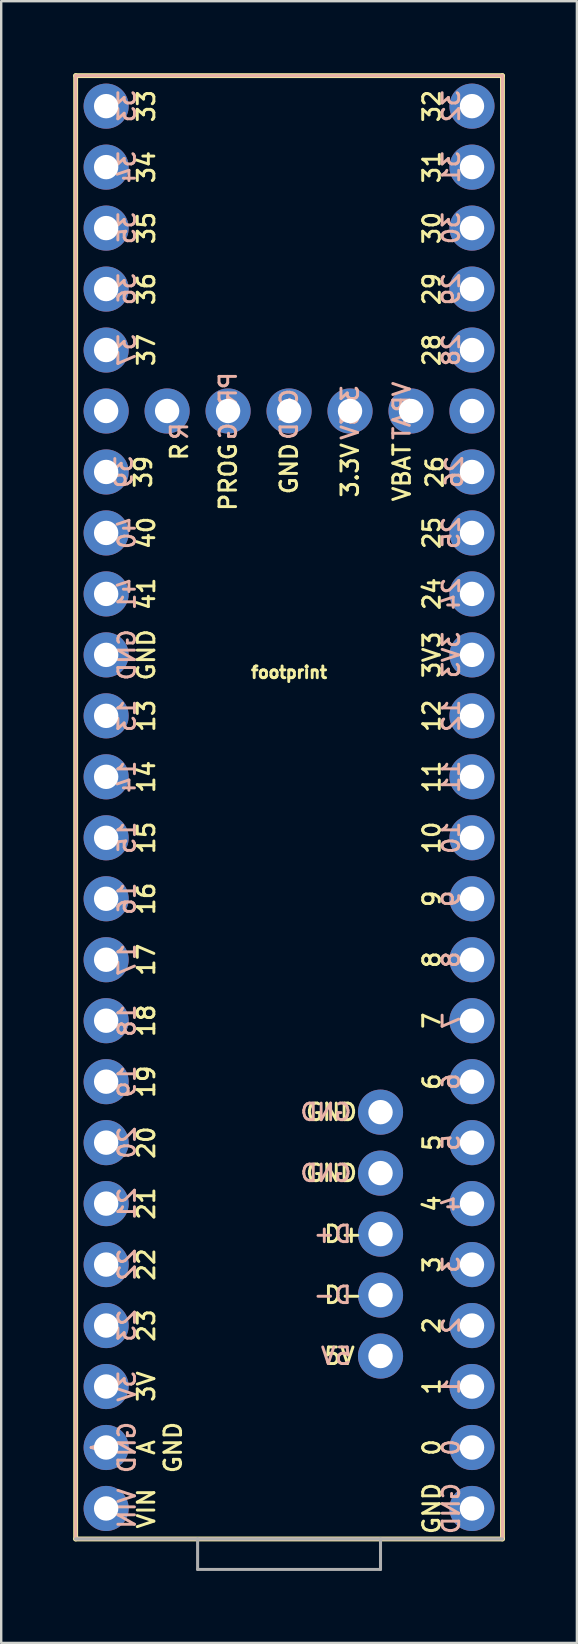
<source format=kicad_pcb>
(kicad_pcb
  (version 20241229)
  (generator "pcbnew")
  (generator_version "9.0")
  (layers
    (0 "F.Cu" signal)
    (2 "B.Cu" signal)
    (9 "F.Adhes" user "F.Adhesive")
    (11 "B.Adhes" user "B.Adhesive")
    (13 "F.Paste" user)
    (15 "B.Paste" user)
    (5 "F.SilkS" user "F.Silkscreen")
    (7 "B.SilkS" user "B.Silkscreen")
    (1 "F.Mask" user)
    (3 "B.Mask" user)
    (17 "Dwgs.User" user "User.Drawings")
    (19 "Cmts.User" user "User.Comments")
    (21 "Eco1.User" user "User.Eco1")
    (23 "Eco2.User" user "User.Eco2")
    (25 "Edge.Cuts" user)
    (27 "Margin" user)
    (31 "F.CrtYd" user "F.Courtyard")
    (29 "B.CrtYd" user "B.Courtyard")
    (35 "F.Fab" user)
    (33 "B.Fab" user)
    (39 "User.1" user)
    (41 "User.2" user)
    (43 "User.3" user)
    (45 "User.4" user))
  (footprint "footprint"
    (layer "F.Cu")
    (at 8.992 43.282)
    (property "Reference" "footprint" (at 0 -18.034 0) (layer "F.SilkS") (effects (font (size 0.488 0.488) (thickness 0.122)) (justify bottom)))
    (fp_line (start -8.89 -43.18) (end 8.89 -43.18) (stroke (width 0.203) (type solid)) (layer "F.SilkS"))
    (fp_line (start -8.89 17.78) (end -8.89 -43.18) (stroke (width 0.203) (type solid)) (layer "F.SilkS"))
    (fp_line (start 8.89 -43.18) (end 8.89 17.78) (stroke (width 0.203) (type solid)) (layer "F.SilkS"))
    (fp_line (start 8.89 17.78) (end -8.89 17.78) (stroke (width 0.203) (type solid)) (layer "F.SilkS"))
    (fp_line (start -8.89 -43.18) (end 8.89 -43.18) (stroke (width 0.127) (type solid)) (layer "B.SilkS"))
    (fp_line (start -8.89 17.78) (end -8.89 -43.18) (stroke (width 0.127) (type solid)) (layer "B.SilkS"))
    (fp_line (start 8.89 -43.18) (end 8.89 17.78) (stroke (width 0.127) (type solid)) (layer "B.SilkS"))
    (fp_line (start 8.89 17.78) (end -8.89 17.78) (stroke (width 0.127) (type solid)) (layer "B.SilkS"))
    (fp_line (start -3.81 17.78) (end -8.89 17.78) (stroke (width 0.127) (type solid)) (layer "F.Fab"))
    (fp_line (start -3.81 19.05) (end -3.81 17.78) (stroke (width 0.127) (type solid)) (layer "F.Fab"))
    (fp_line (start -3.81 19.05) (end 3.81 19.05) (stroke (width 0.127) (type solid)) (layer "F.Fab"))
    (fp_line (start 3.81 17.78) (end -3.81 17.78) (stroke (width 0.127) (type solid)) (layer "F.Fab"))
    (fp_line (start 3.81 19.05) (end 3.81 17.78) (stroke (width 0.127) (type solid)) (layer "F.Fab"))
    (fp_line (start 8.89 17.78) (end 3.81 17.78) (stroke (width 0.127) (type solid)) (layer "F.Fab"))
    (fp_text user "GND" (at 6.35 16.51 90) (layer "F.SilkS") (effects (font (size 0.691 0.691) (thickness 0.122)) (justify bottom)))
    (fp_text user "GND" (at -6.35 -19.05 90) (layer "F.SilkS") (effects (font (size 0.691 0.691) (thickness 0.122)) (justify top)))
    (fp_text user "3V" (at -6.35 11.43 90) (layer "F.SilkS") (effects (font (size 0.691 0.691) (thickness 0.122)) (justify top)))
    (fp_text user "9" (at 6.35 -8.89 90) (layer "F.SilkS") (effects (font (size 0.691 0.691) (thickness 0.122)) (justify bottom)))
    (fp_text user "32" (at 6.35 -41.91 90) (layer "F.SilkS") (effects (font (size 0.691 0.691) (thickness 0.122)) (justify bottom)))
    (fp_text user "R" (at -4.572 -27.94 90) (layer "F.SilkS") (effects (font (size 0.691 0.691) (thickness 0.122)) (justify right)))
    (fp_text user "GND" (at 0.635 0 0) (layer "F.SilkS") (effects (font (size 0.691 0.691) (thickness 0.122)) (justify left)))
    (fp_text user "24" (at 6.35 -21.59 90) (layer "F.SilkS") (effects (font (size 0.691 0.691) (thickness 0.122)) (justify bottom)))
    (fp_text user "2" (at 6.35 8.89 90) (layer "F.SilkS") (effects (font (size 0.691 0.691) (thickness 0.122)) (justify bottom)))
    (fp_text user "7" (at 6.35 -3.81 90) (layer "F.SilkS") (effects (font (size 0.691 0.691) (thickness 0.122)) (justify bottom)))
    (fp_text user "PROG" (at -2.54 -27.94 90) (layer "F.SilkS") (effects (font (size 0.691 0.691) (thickness 0.122)) (justify right)))
    (fp_text user "10" (at 6.35 -11.43 90) (layer "F.SilkS") (effects (font (size 0.691 0.691) (thickness 0.122)) (justify bottom)))
    (fp_text user "33" (at -6.35 -41.91 90) (layer "F.SilkS") (effects (font (size 0.691 0.691) (thickness 0.122)) (justify top)))
    (fp_text user "14" (at -6.35 -13.97 90) (layer "F.SilkS") (effects (font (size 0.691 0.691) (thickness 0.122)) (justify top)))
    (fp_text user "11" (at 6.35 -13.97 90) (layer "F.SilkS") (effects (font (size 0.691 0.691) (thickness 0.122)) (justify bottom)))
    (fp_text user "26" (at 6.477 -26.67 90) (layer "F.SilkS") (effects (font (size 0.691 0.691) (thickness 0.122)) (justify bottom)))
    (fp_text user "19" (at -6.35 -1.27 90) (layer "F.SilkS") (effects (font (size 0.691 0.691) (thickness 0.122)) (justify top)))
    (fp_text user "VBAT" (at 4.699 -27.94 90) (layer "F.SilkS") (effects (font (size 0.691 0.691) (thickness 0.122)) (justify right)))
    (fp_text user "GND" (at 0.635 2.54 0) (layer "F.SilkS") (effects (font (size 0.691 0.691) (thickness 0.122)) (justify left)))
    (fp_text user "8" (at 6.35 -6.35 90) (layer "F.SilkS") (effects (font (size 0.691 0.691) (thickness 0.122)) (justify bottom)))
    (fp_text user "13" (at -6.35 -16.51 90) (layer "F.SilkS") (effects (font (size 0.691 0.691) (thickness 0.122)) (justify top)))
    (fp_text user "37" (at -6.35 -31.75 90) (layer "F.SilkS") (effects (font (size 0.691 0.691) (thickness 0.122)) (justify top)))
    (fp_text user "35" (at -6.35 -36.83 90) (layer "F.SilkS") (effects (font (size 0.691 0.691) (thickness 0.122)) (justify top)))
    (fp_text user "36" (at -6.35 -34.29 90) (layer "F.SilkS") (effects (font (size 0.691 0.691) (thickness 0.122)) (justify top)))
    (fp_text user "D-" (at 1.397 7.62 0) (layer "F.SilkS") (effects (font (size 0.691 0.691) (thickness 0.122)) (justify left)))
    (fp_text user "VIN" (at -6.35 16.51 90) (layer "F.SilkS") (effects (font (size 0.691 0.691) (thickness 0.122)) (justify top)))
    (fp_text user "17" (at -6.35 -6.35 90) (layer "F.SilkS") (effects (font (size 0.691 0.691) (thickness 0.122)) (justify top)))
    (fp_text user "20" (at -6.35 1.27 90) (layer "F.SilkS") (effects (font (size 0.691 0.691) (thickness 0.122)) (justify top)))
    (fp_text user "A\nGND" (at -6.35 13.97 90) (layer "F.SilkS") (effects (font (size 0.691 0.691) (thickness 0.122)) (justify top)))
    (fp_text user "GND" (at 0 -27.94 90) (layer "F.SilkS") (effects (font (size 0.691 0.691) (thickness 0.122)) (justify right)))
    (fp_text user "D+" (at 1.397 5.08 0) (layer "F.SilkS") (effects (font (size 0.691 0.691) (thickness 0.122)) (justify left)))
    (fp_text user "15" (at -6.35 -11.43 90) (layer "F.SilkS") (effects (font (size 0.691 0.691) (thickness 0.122)) (justify top)))
    (fp_text user "18" (at -6.35 -3.81 90) (layer "F.SilkS") (effects (font (size 0.691 0.691) (thickness 0.122)) (justify top)))
    (fp_text user "28" (at 6.35 -31.75 90) (layer "F.SilkS") (effects (font (size 0.691 0.691) (thickness 0.122)) (justify bottom)))
    (fp_text user "40" (at -6.35 -24.13 90) (layer "F.SilkS") (effects (font (size 0.691 0.691) (thickness 0.122)) (justify top)))
    (fp_text user "3" (at 6.35 6.35 90) (layer "F.SilkS") (effects (font (size 0.691 0.691) (thickness 0.122)) (justify bottom)))
    (fp_text user "3V3" (at 6.35 -19.05 90) (layer "F.SilkS") (effects (font (size 0.691 0.691) (thickness 0.122)) (justify bottom)))
    (fp_text user "12" (at 6.35 -16.51 90) (layer "F.SilkS") (effects (font (size 0.691 0.691) (thickness 0.122)) (justify bottom)))
    (fp_text user "39" (at -6.477 -26.67 90) (layer "F.SilkS") (effects (font (size 0.691 0.691) (thickness 0.122)) (justify top)))
    (fp_text user "6" (at 6.35 -1.27 90) (layer "F.SilkS") (effects (font (size 0.691 0.691) (thickness 0.122)) (justify bottom)))
    (fp_text user "30" (at 6.35 -36.83 90) (layer "F.SilkS") (effects (font (size 0.691 0.691) (thickness 0.122)) (justify bottom)))
    (fp_text user "5V" (at 1.397 10.16 0) (layer "F.SilkS") (effects (font (size 0.691 0.691) (thickness 0.122)) (justify left)))
    (fp_text user "23" (at -6.35 8.89 90) (layer "F.SilkS") (effects (font (size 0.691 0.691) (thickness 0.122)) (justify top)))
    (fp_text user "1" (at 6.35 11.43 90) (layer "F.SilkS") (effects (font (size 0.691 0.691) (thickness 0.122)) (justify bottom)))
    (fp_text user "22" (at -6.35 6.35 90) (layer "F.SilkS") (effects (font (size 0.691 0.691) (thickness 0.122)) (justify top)))
    (fp_text user "29" (at 6.35 -34.29 90) (layer "F.SilkS") (effects (font (size 0.691 0.691) (thickness 0.122)) (justify bottom)))
    (fp_text user "21" (at -6.35 3.81 90) (layer "F.SilkS") (effects (font (size 0.691 0.691) (thickness 0.122)) (justify top)))
    (fp_text user "4" (at 6.35 3.81 90) (layer "F.SilkS") (effects (font (size 0.691 0.691) (thickness 0.122)) (justify bottom)))
    (fp_text user "5" (at 6.35 1.27 90) (layer "F.SilkS") (effects (font (size 0.691 0.691) (thickness 0.122)) (justify bottom)))
    (fp_text user "3.3V" (at 2.54 -27.94 90) (layer "F.SilkS") (effects (font (size 0.691 0.691) (thickness 0.122)) (justify right)))
    (fp_text user "0" (at 6.35 13.97 90) (layer "F.SilkS") (effects (font (size 0.691 0.691) (thickness 0.122)) (justify bottom)))
    (fp_text user "16" (at -6.35 -8.89 90) (layer "F.SilkS") (effects (font (size 0.691 0.691) (thickness 0.122)) (justify top)))
    (fp_text user "31" (at 6.35 -39.37 90) (layer "F.SilkS") (effects (font (size 0.691 0.691) (thickness 0.122)) (justify bottom)))
    (fp_text user "25" (at 6.35 -24.13 90) (layer "F.SilkS") (effects (font (size 0.691 0.691) (thickness 0.122)) (justify bottom)))
    (fp_text user "34" (at -6.35 -39.37 90) (layer "F.SilkS") (effects (font (size 0.691 0.691) (thickness 0.122)) (justify top)))
    (fp_text user "41" (at -6.35 -21.59 90) (layer "F.SilkS") (effects (font (size 0.691 0.691) (thickness 0.122)) (justify top)))
    (fp_text user "36" (at -6.35 -34.29 270) (layer "B.SilkS") (effects (font (size 0.691 0.691) (thickness 0.122)) (justify bottom mirror)))
    (fp_text user "5" (at 6.35 1.27 270) (layer "B.SilkS") (effects (font (size 0.691 0.691) (thickness 0.122)) (justify top mirror)))
    (fp_text user "3" (at 6.35 6.35 270) (layer "B.SilkS") (effects (font (size 0.691 0.691) (thickness 0.122)) (justify top mirror)))
    (fp_text user "18" (at -6.35 -3.81 270) (layer "B.SilkS") (effects (font (size 0.691 0.691) (thickness 0.122)) (justify bottom mirror)))
    (fp_text user "10" (at 6.35 -11.43 270) (layer "B.SilkS") (effects (font (size 0.691 0.691) (thickness 0.122)) (justify top mirror)))
    (fp_text user "GND" (at 0 -27.94 270) (layer "B.SilkS") (effects (font (size 0.691 0.691) (thickness 0.122)) (justify right mirror)))
    (fp_text user "PROG" (at -2.54 -27.94 270) (layer "B.SilkS") (effects (font (size 0.691 0.691) (thickness 0.122)) (justify right mirror)))
    (fp_text user "4" (at 6.35 3.81 270) (layer "B.SilkS") (effects (font (size 0.691 0.691) (thickness 0.122)) (justify top mirror)))
    (fp_text user "3V3" (at 6.35 -19.05 270) (layer "B.SilkS") (effects (font (size 0.691 0.691) (thickness 0.122)) (justify top mirror)))
    (fp_text user "6" (at 6.35 -1.27 270) (layer "B.SilkS") (effects (font (size 0.691 0.691) (thickness 0.122)) (justify top mirror)))
    (fp_text user "26" (at 6.477 -26.67 270) (layer "B.SilkS") (effects (font (size 0.691 0.691) (thickness 0.122)) (justify top mirror)))
    (fp_text user "17" (at -6.35 -6.35 270) (layer "B.SilkS") (effects (font (size 0.691 0.691) (thickness 0.122)) (justify bottom mirror)))
    (fp_text user "31" (at 6.35 -39.37 270) (layer "B.SilkS") (effects (font (size 0.691 0.691) (thickness 0.122)) (justify top mirror)))
    (fp_text user "37" (at -6.35 -31.75 270) (layer "B.SilkS") (effects (font (size 0.691 0.691) (thickness 0.122)) (justify bottom mirror)))
    (fp_text user "14" (at -6.35 -13.97 270) (layer "B.SilkS") (effects (font (size 0.691 0.691) (thickness 0.122)) (justify bottom mirror)))
    (fp_text user "40" (at -6.35 -24.13 270) (layer "B.SilkS") (effects (font (size 0.691 0.691) (thickness 0.122)) (justify bottom mirror)))
    (fp_text user "13" (at -6.35 -16.51 270) (layer "B.SilkS") (effects (font (size 0.691 0.691) (thickness 0.122)) (justify bottom mirror)))
    (fp_text user "19" (at -6.35 -1.27 270) (layer "B.SilkS") (effects (font (size 0.691 0.691) (thickness 0.122)) (justify bottom mirror)))
    (fp_text user "3.3V" (at 2.54 -27.94 270) (layer "B.SilkS") (effects (font (size 0.691 0.691) (thickness 0.122)) (justify right mirror)))
    (fp_text user "3V" (at -6.35 11.43 270) (layer "B.SilkS") (effects (font (size 0.691 0.691) (thickness 0.122)) (justify bottom mirror)))
    (fp_text user "28" (at 6.35 -31.75 270) (layer "B.SilkS") (effects (font (size 0.691 0.691) (thickness 0.122)) (justify top mirror)))
    (fp_text user "32" (at 6.35 -41.91 270) (layer "B.SilkS") (effects (font (size 0.691 0.691) (thickness 0.122)) (justify top mirror)))
    (fp_text user "A\nGND" (at -6.35 13.97 270) (layer "B.SilkS") (effects (font (size 0.691 0.691) (thickness 0.122)) (justify bottom mirror)))
    (fp_text user "GND" (at 2.667 2.54 0) (layer "B.SilkS") (effects (font (size 0.691 0.691) (thickness 0.122)) (justify left mirror)))
    (fp_text user "1" (at 6.35 11.43 270) (layer "B.SilkS") (effects (font (size 0.691 0.691) (thickness 0.122)) (justify top mirror)))
    (fp_text user "R" (at -4.572 -27.94 270) (layer "B.SilkS") (effects (font (size 0.691 0.691) (thickness 0.122)) (justify right mirror)))
    (fp_text user "7" (at 6.35 -3.81 270) (layer "B.SilkS") (effects (font (size 0.691 0.691) (thickness 0.122)) (justify top mirror)))
    (fp_text user "15" (at -6.35 -11.43 270) (layer "B.SilkS") (effects (font (size 0.691 0.691) (thickness 0.122)) (justify bottom mirror)))
    (fp_text user "5V" (at 2.667 10.16 0) (layer "B.SilkS") (effects (font (size 0.691 0.691) (thickness 0.122)) (justify left mirror)))
    (fp_text user "D+" (at 2.667 5.08 0) (layer "B.SilkS") (effects (font (size 0.691 0.691) (thickness 0.122)) (justify left mirror)))
    (fp_text user "VIN" (at -6.35 16.51 270) (layer "B.SilkS") (effects (font (size 0.691 0.691) (thickness 0.122)) (justify bottom mirror)))
    (fp_text user "D-" (at 2.667 7.62 0) (layer "B.SilkS") (effects (font (size 0.691 0.691) (thickness 0.122)) (justify left mirror)))
    (fp_text user "22" (at -6.35 6.35 270) (layer "B.SilkS") (effects (font (size 0.691 0.691) (thickness 0.122)) (justify bottom mirror)))
    (fp_text user "21" (at -6.35 3.81 270) (layer "B.SilkS") (effects (font (size 0.691 0.691) (thickness 0.122)) (justify bottom mirror)))
    (fp_text user "GND" (at -6.35 -19.05 270) (layer "B.SilkS") (effects (font (size 0.691 0.691) (thickness 0.122)) (justify bottom mirror)))
    (fp_text user "GND" (at 2.667 0 0) (layer "B.SilkS") (effects (font (size 0.691 0.691) (thickness 0.122)) (justify left mirror)))
    (fp_text user "11" (at 6.35 -13.97 270) (layer "B.SilkS") (effects (font (size 0.691 0.691) (thickness 0.122)) (justify top mirror)))
    (fp_text user "35" (at -6.35 -36.83 270) (layer "B.SilkS") (effects (font (size 0.691 0.691) (thickness 0.122)) (justify bottom mirror)))
    (fp_text user "39" (at -6.477 -26.67 270) (layer "B.SilkS") (effects (font (size 0.691 0.691) (thickness 0.122)) (justify bottom mirror)))
    (fp_text user "20" (at -6.35 1.27 270) (layer "B.SilkS") (effects (font (size 0.691 0.691) (thickness 0.122)) (justify bottom mirror)))
    (fp_text user "16" (at -6.35 -8.89 270) (layer "B.SilkS") (effects (font (size 0.691 0.691) (thickness 0.122)) (justify bottom mirror)))
    (fp_text user "41" (at -6.35 -21.59 270) (layer "B.SilkS") (effects (font (size 0.691 0.691) (thickness 0.122)) (justify bottom mirror)))
    (fp_text user "24" (at 6.35 -21.59 270) (layer "B.SilkS") (effects (font (size 0.691 0.691) (thickness 0.122)) (justify top mirror)))
    (fp_text user "25" (at 6.35 -24.13 270) (layer "B.SilkS") (effects (font (size 0.691 0.691) (thickness 0.122)) (justify top mirror)))
    (fp_text user "8" (at 6.35 -6.35 270) (layer "B.SilkS") (effects (font (size 0.691 0.691) (thickness 0.122)) (justify top mirror)))
    (fp_text user "2" (at 6.35 8.89 270) (layer "B.SilkS") (effects (font (size 0.691 0.691) (thickness 0.122)) (justify top mirror)))
    (fp_text user "GND" (at 6.35 16.51 270) (layer "B.SilkS") (effects (font (size 0.691 0.691) (thickness 0.122)) (justify top mirror)))
    (fp_text user "VBAT" (at 4.699 -27.94 270) (layer "B.SilkS") (effects (font (size 0.691 0.691) (thickness 0.122)) (justify right mirror)))
    (fp_text user "34" (at -6.35 -39.37 270) (layer "B.SilkS") (effects (font (size 0.691 0.691) (thickness 0.122)) (justify bottom mirror)))
    (fp_text user "0" (at 6.35 13.97 270) (layer "B.SilkS") (effects (font (size 0.691 0.691) (thickness 0.122)) (justify top mirror)))
    (fp_text user "12" (at 6.35 -16.51 270) (layer "B.SilkS") (effects (font (size 0.691 0.691) (thickness 0.122)) (justify top mirror)))
    (fp_text user "9" (at 6.35 -8.89 270) (layer "B.SilkS") (effects (font (size 0.691 0.691) (thickness 0.122)) (justify top mirror)))
    (fp_text user "29" (at 6.35 -34.29 270) (layer "B.SilkS") (effects (font (size 0.691 0.691) (thickness 0.122)) (justify top mirror)))
    (fp_text user "30" (at 6.35 -36.83 270) (layer "B.SilkS") (effects (font (size 0.691 0.691) (thickness 0.122)) (justify top mirror)))
    (fp_text user "33" (at -6.35 -41.91 270) (layer "B.SilkS") (effects (font (size 0.691 0.691) (thickness 0.122)) (justify bottom mirror)))
    (fp_text user "23" (at -6.35 8.89 270) (layer "B.SilkS") (effects (font (size 0.691 0.691) (thickness 0.122)) (justify bottom mirror)))
    (pad "0" thru_hole circle (at 7.62 13.97) (size 1.88 1.88) (drill 1.016) (layers "*.Cu" "*.Mask"))
    (pad "1" thru_hole circle (at 7.62 11.43) (size 1.88 1.88) (drill 1.016) (layers "*.Cu" "*.Mask"))
    (pad "2" thru_hole circle (at 7.62 8.89) (size 1.88 1.88) (drill 1.016) (layers "*.Cu" "*.Mask"))
    (pad "3" thru_hole circle (at 7.62 6.35) (size 1.88 1.88) (drill 1.016) (layers "*.Cu" "*.Mask"))
    (pad "3.3V@1" thru_hole circle (at 7.62 -19.05) (size 1.88 1.88) (drill 1.016) (layers "*.Cu" "*.Mask"))
    (pad "3.3V@2" thru_hole circle (at 2.54 -29.21) (size 1.88 1.88) (drill 1.016) (layers "*.Cu" "*.Mask"))
    (pad "3V" thru_hole circle (at -7.62 11.43) (size 1.88 1.88) (drill 1.016) (layers "*.Cu" "*.Mask"))
    (pad "4" thru_hole circle (at 7.62 3.81) (size 1.88 1.88) (drill 1.016) (layers "*.Cu" "*.Mask"))
    (pad "5" thru_hole circle (at 7.62 1.27) (size 1.88 1.88) (drill 1.016) (layers "*.Cu" "*.Mask"))
    (pad "5V" thru_hole circle (at 3.81 10.16) (size 1.88 1.88) (drill 1.016) (layers "*.Cu" "*.Mask"))
    (pad "6" thru_hole circle (at 7.62 -1.27) (size 1.88 1.88) (drill 1.016) (layers "*.Cu" "*.Mask"))
    (pad "7" thru_hole circle (at 7.62 -3.81) (size 1.88 1.88) (drill 1.016) (layers "*.Cu" "*.Mask"))
    (pad "8" thru_hole circle (at 7.62 -6.35) (size 1.88 1.88) (drill 1.016) (layers "*.Cu" "*.Mask"))
    (pad "9" thru_hole circle (at 7.62 -8.89) (size 1.88 1.88) (drill 1.016) (layers "*.Cu" "*.Mask"))
    (pad "10" thru_hole circle (at 7.62 -11.43) (size 1.88 1.88) (drill 1.016) (layers "*.Cu" "*.Mask"))
    (pad "11" thru_hole circle (at 7.62 -13.97) (size 1.88 1.88) (drill 1.016) (layers "*.Cu" "*.Mask"))
    (pad "12" thru_hole circle (at 7.62 -16.51) (size 1.88 1.88) (drill 1.016) (layers "*.Cu" "*.Mask"))
    (pad "13" thru_hole circle (at -7.62 -16.51) (size 1.88 1.88) (drill 1.016) (layers "*.Cu" "*.Mask"))
    (pad "14" thru_hole circle (at -7.62 -13.97) (size 1.88 1.88) (drill 1.016) (layers "*.Cu" "*.Mask"))
    (pad "15" thru_hole circle (at -7.62 -11.43) (size 1.88 1.88) (drill 1.016) (layers "*.Cu" "*.Mask"))
    (pad "16" thru_hole circle (at -7.62 -8.89) (size 1.88 1.88) (drill 1.016) (layers "*.Cu" "*.Mask"))
    (pad "17" thru_hole circle (at -7.62 -6.35) (size 1.88 1.88) (drill 1.016) (layers "*.Cu" "*.Mask"))
    (pad "18" thru_hole circle (at -7.62 -3.81) (size 1.88 1.88) (drill 1.016) (layers "*.Cu" "*.Mask"))
    (pad "19" thru_hole circle (at -7.62 -1.27) (size 1.88 1.88) (drill 1.016) (layers "*.Cu" "*.Mask"))
    (pad "20" thru_hole circle (at -7.62 1.27) (size 1.88 1.88) (drill 1.016) (layers "*.Cu" "*.Mask"))
    (pad "21" thru_hole circle (at -7.62 3.81) (size 1.88 1.88) (drill 1.016) (layers "*.Cu" "*.Mask"))
    (pad "22" thru_hole circle (at -7.62 6.35) (size 1.88 1.88) (drill 1.016) (layers "*.Cu" "*.Mask"))
    (pad "23" thru_hole circle (at -7.62 8.89) (size 1.88 1.88) (drill 1.016) (layers "*.Cu" "*.Mask"))
    (pad "24" thru_hole circle (at 7.62 -21.59) (size 1.88 1.88) (drill 1.016) (layers "*.Cu" "*.Mask"))
    (pad "25" thru_hole circle (at 7.62 -24.13) (size 1.88 1.88) (drill 1.016) (layers "*.Cu" "*.Mask"))
    (pad "26" thru_hole circle (at 7.62 -26.67) (size 1.88 1.88) (drill 1.016) (layers "*.Cu" "*.Mask"))
    (pad "27" thru_hole circle (at 7.62 -29.21) (size 1.88 1.88) (drill 1.016) (layers "*.Cu" "*.Mask"))
    (pad "28" thru_hole circle (at 7.62 -31.75) (size 1.88 1.88) (drill 1.016) (layers "*.Cu" "*.Mask"))
    (pad "29" thru_hole circle (at 7.62 -34.29) (size 1.88 1.88) (drill 1.016) (layers "*.Cu" "*.Mask"))
    (pad "30" thru_hole circle (at 7.62 -36.83) (size 1.88 1.88) (drill 1.016) (layers "*.Cu" "*.Mask"))
    (pad "31" thru_hole circle (at 7.62 -39.37) (size 1.88 1.88) (drill 1.016) (layers "*.Cu" "*.Mask"))
    (pad "32" thru_hole circle (at 7.62 -41.91) (size 1.88 1.88) (drill 1.016) (layers "*.Cu" "*.Mask"))
    (pad "33" thru_hole circle (at -7.62 -41.91) (size 1.88 1.88) (drill 1.016) (layers "*.Cu" "*.Mask"))
    (pad "34" thru_hole circle (at -7.62 -39.37) (size 1.88 1.88) (drill 1.016) (layers "*.Cu" "*.Mask"))
    (pad "35" thru_hole circle (at -7.62 -36.83) (size 1.88 1.88) (drill 1.016) (layers "*.Cu" "*.Mask"))
    (pad "36" thru_hole circle (at -7.62 -34.29) (size 1.88 1.88) (drill 1.016) (layers "*.Cu" "*.Mask"))
    (pad "37" thru_hole circle (at -7.62 -31.75) (size 1.88 1.88) (drill 1.016) (layers "*.Cu" "*.Mask"))
    (pad "38" thru_hole circle (at -7.62 -29.21) (size 1.88 1.88) (drill 1.016) (layers "*.Cu" "*.Mask"))
    (pad "39" thru_hole circle (at -7.62 -26.67) (size 1.88 1.88) (drill 1.016) (layers "*.Cu" "*.Mask"))
    (pad "40" thru_hole circle (at -7.62 -24.13) (size 1.88 1.88) (drill 1.016) (layers "*.Cu" "*.Mask"))
    (pad "41" thru_hole circle (at -7.62 -21.59) (size 1.88 1.88) (drill 1.016) (layers "*.Cu" "*.Mask"))
    (pad "AGND" thru_hole circle (at -7.62 13.97) (size 1.88 1.88) (drill 1.016) (layers "*.Cu" "*.Mask"))
    (pad "D+" thru_hole circle (at 3.81 5.08) (size 1.88 1.88) (drill 1.016) (layers "*.Cu" "*.Mask"))
    (pad "D-" thru_hole circle (at 3.81 7.62) (size 1.88 1.88) (drill 1.016) (layers "*.Cu" "*.Mask"))
    (pad "GND" thru_hole circle (at 0 -29.21) (size 1.88 1.88) (drill 1.016) (layers "*.Cu" "*.Mask"))
    (pad "GND1" thru_hole circle (at 7.62 16.51) (size 1.88 1.88) (drill 1.016) (layers "*.Cu" "*.Mask"))
    (pad "GND2" thru_hole circle (at -7.62 -19.05) (size 1.88 1.88) (drill 1.016) (layers "*.Cu" "*.Mask"))
    (pad "GND3" thru_hole circle (at 3.81 2.54) (size 1.88 1.88) (drill 1.016) (layers "*.Cu" "*.Mask"))
    (pad "GND4" thru_hole circle (at 3.81 0) (size 1.88 1.88) (drill 1.016) (layers "*.Cu" "*.Mask"))
    (pad "PROG" thru_hole circle (at -2.54 -29.21) (size 1.88 1.88) (drill 1.016) (layers "*.Cu" "*.Mask"))
    (pad "R" thru_hole circle (at -5.08 -29.21) (size 1.88 1.88) (drill 1.016) (layers "*.Cu" "*.Mask"))
    (pad "VBAT" thru_hole circle (at 5.08 -29.21) (size 1.88 1.88) (drill 1.016) (layers "*.Cu" "*.Mask"))
    (pad "VIN" thru_hole circle (at -7.62 16.51) (size 1.88 1.88) (drill 1.016) (layers "*.Cu" "*.Mask")))
  (gr_rect
    (start -3 -3)
    (end 20.983 65.395)
    (stroke (width 0.1) (type default))
    (fill no)
    (layer "Edge.Cuts")))
</source>
